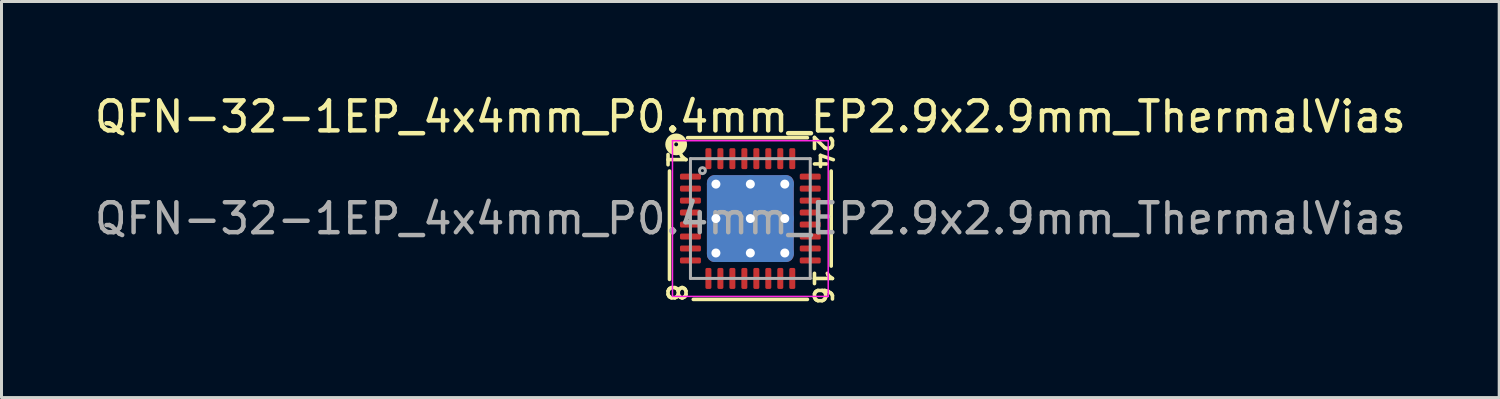
<source format=kicad_pcb>
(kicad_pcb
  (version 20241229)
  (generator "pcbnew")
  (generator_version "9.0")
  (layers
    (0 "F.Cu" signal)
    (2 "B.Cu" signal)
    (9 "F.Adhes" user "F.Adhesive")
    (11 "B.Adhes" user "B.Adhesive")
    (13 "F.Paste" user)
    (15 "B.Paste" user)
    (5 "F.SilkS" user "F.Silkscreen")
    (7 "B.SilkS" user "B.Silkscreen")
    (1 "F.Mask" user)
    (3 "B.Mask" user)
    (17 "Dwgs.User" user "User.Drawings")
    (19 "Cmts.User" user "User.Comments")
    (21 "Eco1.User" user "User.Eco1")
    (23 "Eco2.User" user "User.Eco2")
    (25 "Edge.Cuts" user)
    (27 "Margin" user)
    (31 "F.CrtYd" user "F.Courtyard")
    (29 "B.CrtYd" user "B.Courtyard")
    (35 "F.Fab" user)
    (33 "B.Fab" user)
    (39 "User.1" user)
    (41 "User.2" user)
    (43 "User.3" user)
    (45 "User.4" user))
  (footprint "QFN-32-1EP_4x4mm_P0.4mm_EP2.9x2.9mm_ThermalVias"
    (layer "F.Cu")
    (at 22.006 4.248)
    (property "Reference" "QFN-32-1EP_4x4mm_P0.4mm_EP2.9x2.9mm_ThermalVias" (at 0 -3.4 0) (layer "F.SilkS") (effects (font (size 1 1) (thickness 0.15))))
    (attr smd)
    (fp_line (start -2.7 -1.587) (end -2.7 2.032) (stroke (width 0.12) (type solid)) (layer "F.SilkS"))
    (fp_line (start -1.905 2.7) (end 1.905 2.7) (stroke (width 0.12) (type solid)) (layer "F.SilkS"))
    (fp_line (start 1.905 -2.7) (end -2.095 -2.7) (stroke (width 0.12) (type solid)) (layer "F.SilkS"))
    (fp_line (start 2.7 1.587) (end 2.7 -1.587) (stroke (width 0.12) (type solid)) (layer "F.SilkS"))
    (fp_circle (center -2.477 -2.477) (end -2.413 -2.477) (stroke (width 0.3) (type solid)) (fill no) (layer "F.SilkS"))
    (fp_line (start -2.6 -2.6) (end -2.6 2.6) (stroke (width 0.05) (type solid)) (layer "F.CrtYd"))
    (fp_line (start -2.6 2.6) (end 2.6 2.6) (stroke (width 0.05) (type solid)) (layer "F.CrtYd"))
    (fp_line (start 2.6 -2.6) (end -2.6 -2.6) (stroke (width 0.05) (type solid)) (layer "F.CrtYd"))
    (fp_line (start 2.6 2.6) (end 2.6 -2.6) (stroke (width 0.05) (type solid)) (layer "F.CrtYd"))
    (fp_line (start -2 -2) (end 2 -2) (stroke (width 0.1) (type solid)) (layer "F.Fab"))
    (fp_line (start -2 2) (end -2 -2) (stroke (width 0.1) (type solid)) (layer "F.Fab"))
    (fp_line (start 2 -2) (end 2 2) (stroke (width 0.1) (type solid)) (layer "F.Fab"))
    (fp_line (start 2 2) (end -2 2) (stroke (width 0.1) (type solid)) (layer "F.Fab"))
    (fp_circle (center -1.6 -1.6) (end -1.5 -1.6) (stroke (width 0.1) (type solid)) (fill no) (layer "F.Fab"))
    (fp_text user "16" (at 2.413 2.286 270) (unlocked yes) (layer "F.SilkS") (effects (font (size 0.6 0.6) (thickness 0.12))))
    (fp_text user "8" (at -2.477 2.477 270) (unlocked yes) (layer "F.SilkS") (effects (font (size 0.6 0.6) (thickness 0.12))))
    (fp_text user "24" (at 2.413 -2.223 270) (unlocked yes) (layer "F.SilkS") (effects (font (size 0.6 0.6) (thickness 0.12))))
    (fp_text user "1" (at -2.477 -1.968 270) (unlocked yes) (layer "F.SilkS") (effects (font (size 0.6 0.6) (thickness 0.12))))
    (fp_text user "${REFERENCE}" (at 0 0 0) (layer "F.Fab") (effects (font (size 1 1) (thickness 0.15))))
    (pad "" smd roundrect (at -0.725 -0.725) (size 1.26 1.26) (layers "F.Paste") (roundrect_rratio 0.198))
    (pad "" smd roundrect (at -0.725 0.725) (size 1.26 1.26) (layers "F.Paste") (roundrect_rratio 0.198))
    (pad "" smd roundrect (at 0.725 -0.725) (size 1.26 1.26) (layers "F.Paste") (roundrect_rratio 0.198))
    (pad "" smd roundrect (at 0.725 0.725) (size 1.26 1.26) (layers "F.Paste") (roundrect_rratio 0.198))
    (pad "1" smd roundrect (at -2 -1.4) (size 0.7 0.2) (layers "F.Cu" "F.Mask" "F.Paste") (roundrect_rratio 0.25))
    (pad "2" smd roundrect (at -2 -1) (size 0.7 0.2) (layers "F.Cu" "F.Mask" "F.Paste") (roundrect_rratio 0.25))
    (pad "3" smd roundrect (at -2 -0.6) (size 0.7 0.2) (layers "F.Cu" "F.Mask" "F.Paste") (roundrect_rratio 0.25))
    (pad "4" smd roundrect (at -2 -0.2) (size 0.7 0.2) (layers "F.Cu" "F.Mask" "F.Paste") (roundrect_rratio 0.25))
    (pad "5" smd roundrect (at -2 0.2) (size 0.7 0.2) (layers "F.Cu" "F.Mask" "F.Paste") (roundrect_rratio 0.25))
    (pad "6" smd roundrect (at -2 0.6) (size 0.7 0.2) (layers "F.Cu" "F.Mask" "F.Paste") (roundrect_rratio 0.25))
    (pad "7" smd roundrect (at -2 1) (size 0.7 0.2) (layers "F.Cu" "F.Mask" "F.Paste") (roundrect_rratio 0.25))
    (pad "8" smd roundrect (at -2 1.4) (size 0.7 0.2) (layers "F.Cu" "F.Mask" "F.Paste") (roundrect_rratio 0.25))
    (pad "9" smd roundrect (at -1.4 2) (size 0.2 0.7) (layers "F.Cu" "F.Mask" "F.Paste") (roundrect_rratio 0.25))
    (pad "10" smd roundrect (at -1 2) (size 0.2 0.7) (layers "F.Cu" "F.Mask" "F.Paste") (roundrect_rratio 0.25))
    (pad "11" smd roundrect (at -0.6 2) (size 0.2 0.7) (layers "F.Cu" "F.Mask" "F.Paste") (roundrect_rratio 0.25))
    (pad "12" smd roundrect (at -0.2 2) (size 0.2 0.7) (layers "F.Cu" "F.Mask" "F.Paste") (roundrect_rratio 0.25))
    (pad "13" smd roundrect (at 0.2 2) (size 0.2 0.7) (layers "F.Cu" "F.Mask" "F.Paste") (roundrect_rratio 0.25))
    (pad "14" smd roundrect (at 0.6 2) (size 0.2 0.7) (layers "F.Cu" "F.Mask" "F.Paste") (roundrect_rratio 0.25))
    (pad "15" smd roundrect (at 1 2) (size 0.2 0.7) (layers "F.Cu" "F.Mask" "F.Paste") (roundrect_rratio 0.25))
    (pad "16" smd roundrect (at 1.4 2) (size 0.2 0.7) (layers "F.Cu" "F.Mask" "F.Paste") (roundrect_rratio 0.25))
    (pad "17" smd roundrect (at 2 1.4) (size 0.7 0.2) (layers "F.Cu" "F.Mask" "F.Paste") (roundrect_rratio 0.25))
    (pad "18" smd roundrect (at 2 1) (size 0.7 0.2) (layers "F.Cu" "F.Mask" "F.Paste") (roundrect_rratio 0.25))
    (pad "19" smd roundrect (at 2 0.6) (size 0.7 0.2) (layers "F.Cu" "F.Mask" "F.Paste") (roundrect_rratio 0.25))
    (pad "20" smd roundrect (at 2 0.2) (size 0.7 0.2) (layers "F.Cu" "F.Mask" "F.Paste") (roundrect_rratio 0.25))
    (pad "21" smd roundrect (at 2 -0.2) (size 0.7 0.2) (layers "F.Cu" "F.Mask" "F.Paste") (roundrect_rratio 0.25))
    (pad "22" smd roundrect (at 2 -0.6) (size 0.7 0.2) (layers "F.Cu" "F.Mask" "F.Paste") (roundrect_rratio 0.25))
    (pad "23" smd roundrect (at 2 -1) (size 0.7 0.2) (layers "F.Cu" "F.Mask" "F.Paste") (roundrect_rratio 0.25))
    (pad "24" smd roundrect (at 2 -1.4) (size 0.7 0.2) (layers "F.Cu" "F.Mask" "F.Paste") (roundrect_rratio 0.25))
    (pad "25" smd roundrect (at 1.4 -2) (size 0.2 0.7) (layers "F.Cu" "F.Mask" "F.Paste") (roundrect_rratio 0.25))
    (pad "26" smd roundrect (at 1 -2) (size 0.2 0.7) (layers "F.Cu" "F.Mask" "F.Paste") (roundrect_rratio 0.25))
    (pad "27" smd roundrect (at 0.6 -2) (size 0.2 0.7) (layers "F.Cu" "F.Mask" "F.Paste") (roundrect_rratio 0.25))
    (pad "28" smd roundrect (at 0.2 -2) (size 0.2 0.7) (layers "F.Cu" "F.Mask" "F.Paste") (roundrect_rratio 0.25))
    (pad "29" smd roundrect (at -0.2 -2) (size 0.2 0.7) (layers "F.Cu" "F.Mask" "F.Paste") (roundrect_rratio 0.25))
    (pad "30" smd roundrect (at -0.6 -2) (size 0.2 0.7) (layers "F.Cu" "F.Mask" "F.Paste") (roundrect_rratio 0.25))
    (pad "31" smd roundrect (at -1 -2) (size 0.2 0.7) (layers "F.Cu" "F.Mask" "F.Paste") (roundrect_rratio 0.25))
    (pad "32" smd roundrect (at -1.4 -2) (size 0.2 0.7) (layers "F.Cu" "F.Mask" "F.Paste") (roundrect_rratio 0.25))
    (pad "33" thru_hole circle (at -1.15 -1.15) (size 0.6 0.6) (drill 0.3) (property pad_prop_heatsink) (layers "*.Cu"))
    (pad "33" thru_hole circle (at -1.15 0) (size 0.6 0.6) (drill 0.3) (property pad_prop_heatsink) (layers "*.Cu"))
    (pad "33" thru_hole circle (at -1.15 1.15) (size 0.6 0.6) (drill 0.3) (property pad_prop_heatsink) (layers "*.Cu"))
    (pad "33" thru_hole circle (at 0 -1.15) (size 0.6 0.6) (drill 0.3) (property pad_prop_heatsink) (layers "*.Cu"))
    (pad "33" thru_hole circle (at 0 0) (size 0.6 0.6) (drill 0.3) (property pad_prop_heatsink) (layers "*.Cu"))
    (pad "33" smd roundrect (at 0 0) (size 2.9 2.9) (layers "F.Cu" "F.Mask") (roundrect_rratio 0.086))
    (pad "33" smd roundrect (at 0 0) (size 2.9 2.9) (layers "B.Cu" "B.Mask") (roundrect_rratio 0.086))
    (pad "33" thru_hole circle (at 0 1.15) (size 0.6 0.6) (drill 0.3) (property pad_prop_heatsink) (layers "*.Cu"))
    (pad "33" thru_hole circle (at 1.15 -1.15) (size 0.6 0.6) (drill 0.3) (property pad_prop_heatsink) (layers "*.Cu"))
    (pad "33" thru_hole circle (at 1.15 0) (size 0.6 0.6) (drill 0.3) (property pad_prop_heatsink) (layers "*.Cu"))
    (pad "33" thru_hole circle (at 1.15 1.15) (size 0.6 0.6) (drill 0.3) (property pad_prop_heatsink) (layers "*.Cu")))
  (gr_rect
    (start -3 -3)
    (end 47.012 10.226)
    (stroke (width 0.1) (type default))
    (fill no)
    (layer "Edge.Cuts")))
</source>
